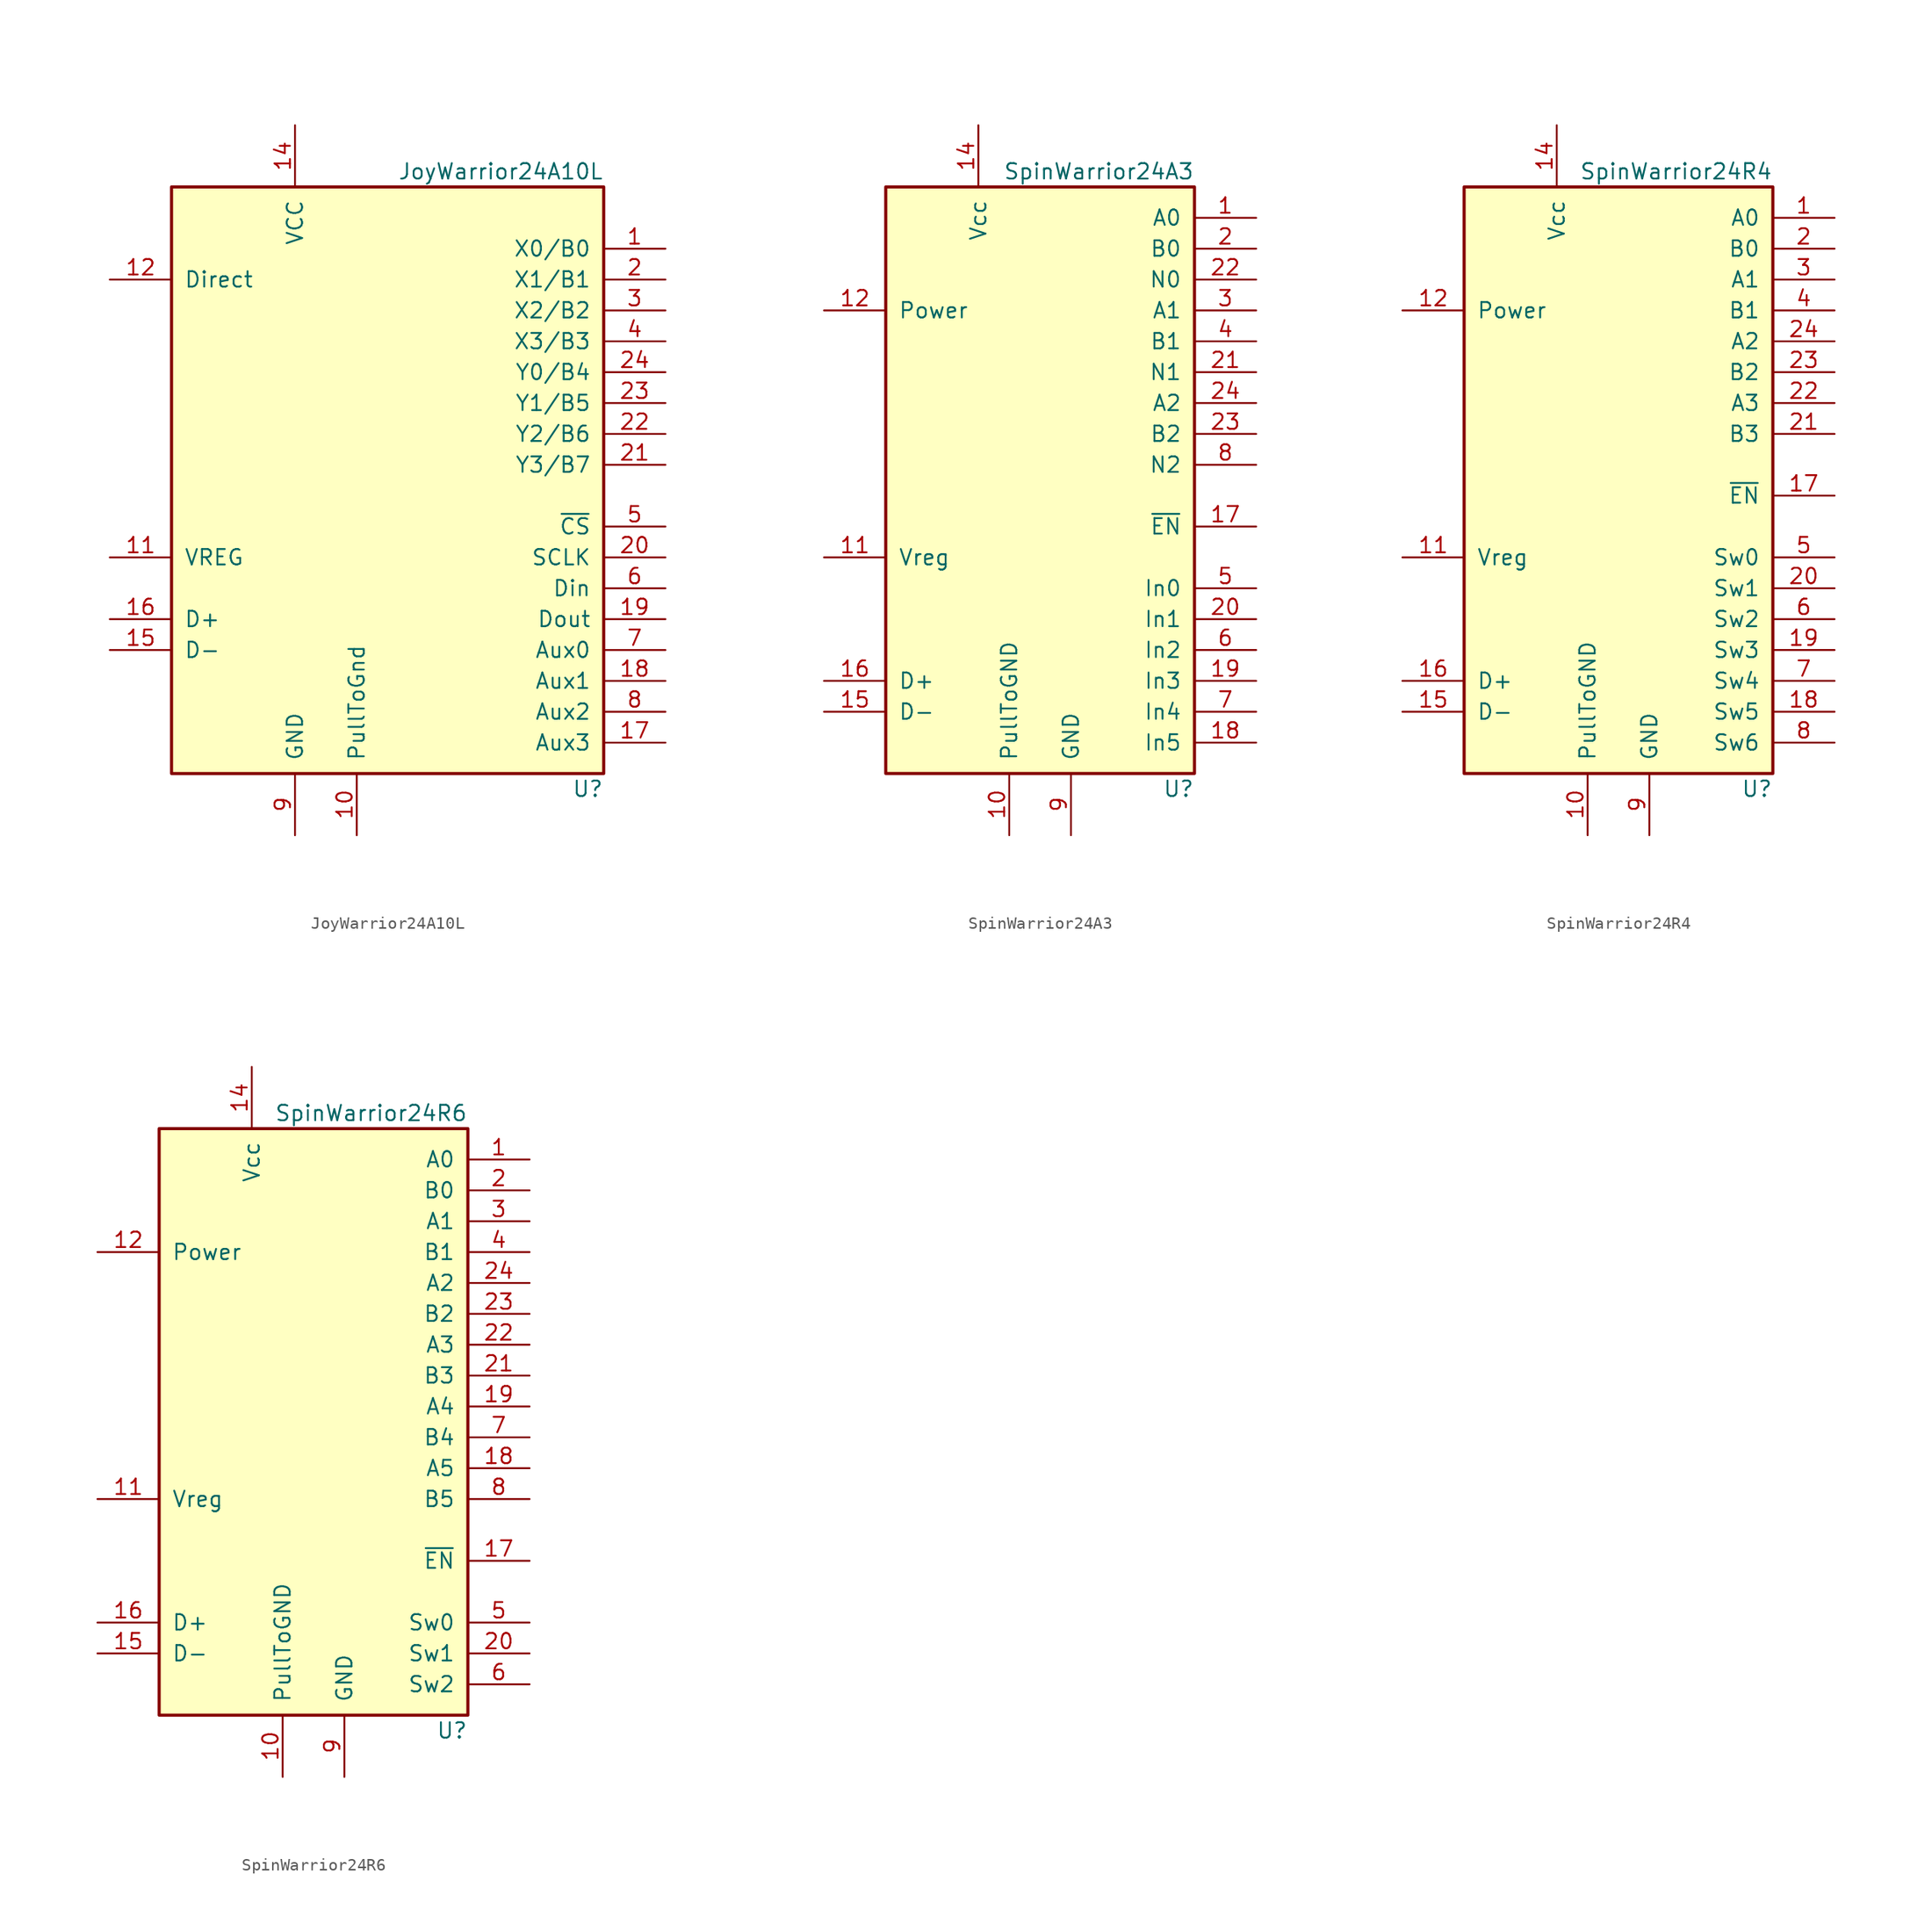
<source format=kicad_sym>
(kicad_symbol_lib
  (version 20200908)
  (generator kicad_symbol_editor)
  (symbol "Interface_HID:JoyWarrior24A10L"
    (pin_names
      (offset 1.016))
    (property "Reference" "U"
      (at 17.78 -24.13 0)
      (effects (font (size 1.27 1.27)) (justify right)))
    (property "Value" "JoyWarrior24A10L"
      (at 17.78 26.67 0)
      (effects (font (size 1.27 1.27)) (justify right)))
    (symbol "JoyWarrior24A10L_0_1"
      (rectangle (start -17.78 25.4) (end 17.78 -22.86) (stroke (width 0.254)) (fill (type background))))
    (symbol "JoyWarrior24A10L_1_1"
      (pin input line (at 22.86 20.32 180) (length 5.08) (name "X0/B0" (effects (font (size 1.27 1.27)))) (number "1" (effects (font (size 1.27 1.27)))))
      (pin input line (at 22.86 17.78 180) (length 5.08) (name "X1/B1" (effects (font (size 1.27 1.27)))) (number "2" (effects (font (size 1.27 1.27)))))
      (pin input line (at 22.86 15.24 180) (length 5.08) (name "X2/B2" (effects (font (size 1.27 1.27)))) (number "3" (effects (font (size 1.27 1.27)))))
      (pin input line (at 22.86 12.7 180) (length 5.08) (name "X3/B3" (effects (font (size 1.27 1.27)))) (number "4" (effects (font (size 1.27 1.27)))))
      (pin output line (at 22.86 -2.54 180) (length 5.08) (name "~CS" (effects (font (size 1.27 1.27)))) (number "5" (effects (font (size 1.27 1.27)))))
      (pin input line (at 22.86 -7.62 180) (length 5.08) (name "Din" (effects (font (size 1.27 1.27)))) (number "6" (effects (font (size 1.27 1.27)))))
      (pin output line (at 22.86 -12.7 180) (length 5.08) (name "Aux0" (effects (font (size 1.27 1.27)))) (number "7" (effects (font (size 1.27 1.27)))))
      (pin output line (at 22.86 -17.78 180) (length 5.08) (name "Aux2" (effects (font (size 1.27 1.27)))) (number "8" (effects (font (size 1.27 1.27)))))
      (pin power_in line (at -7.62 -27.94 90) (length 5.08) (name "GND" (effects (font (size 1.27 1.27)))) (number "9" (effects (font (size 1.27 1.27)))))
      (pin input line (at -2.54 -27.94 90) (length 5.08) (name "PullToGnd" (effects (font (size 1.27 1.27)))) (number "10" (effects (font (size 1.27 1.27)))))
      (pin output line (at 22.86 -5.08 180) (length 5.08) (name "SCLK" (effects (font (size 1.27 1.27)))) (number "20" (effects (font (size 1.27 1.27)))))
      (pin power_out line (at -22.86 -5.08 0) (length 5.08) (name "VREG" (effects (font (size 1.27 1.27)))) (number "11" (effects (font (size 1.27 1.27)))))
      (pin input line (at 22.86 2.54 180) (length 5.08) (name "Y3/B7" (effects (font (size 1.27 1.27)))) (number "21" (effects (font (size 1.27 1.27)))))
      (pin input line (at -22.86 17.78 0) (length 5.08) (name "Direct" (effects (font (size 1.27 1.27)))) (number "12" (effects (font (size 1.27 1.27)))))
      (pin input line (at 22.86 5.08 180) (length 5.08) (name "Y2/B6" (effects (font (size 1.27 1.27)))) (number "22" (effects (font (size 1.27 1.27)))))
      (pin unconnected line (at -22.86 22.86 0) (length 5.08) hide (name "NC" (effects (font (size 1.27 1.27)))) (number "13" (effects (font (size 1.27 1.27)))))
      (pin input line (at 22.86 7.62 180) (length 5.08) (name "Y1/B5" (effects (font (size 1.27 1.27)))) (number "23" (effects (font (size 1.27 1.27)))))
      (pin power_in line (at -7.62 30.48 270) (length 5.08) (name "VCC" (effects (font (size 1.27 1.27)))) (number "14" (effects (font (size 1.27 1.27)))))
      (pin input line (at 22.86 10.16 180) (length 5.08) (name "Y0/B4" (effects (font (size 1.27 1.27)))) (number "24" (effects (font (size 1.27 1.27)))))
      (pin bidirectional line (at -22.86 -12.7 0) (length 5.08) (name "D-" (effects (font (size 1.27 1.27)))) (number "15" (effects (font (size 1.27 1.27)))))
      (pin bidirectional line (at -22.86 -10.16 0) (length 5.08) (name "D+" (effects (font (size 1.27 1.27)))) (number "16" (effects (font (size 1.27 1.27)))))
      (pin output line (at 22.86 -20.32 180) (length 5.08) (name "Aux3" (effects (font (size 1.27 1.27)))) (number "17" (effects (font (size 1.27 1.27)))))
      (pin output line (at 22.86 -15.24 180) (length 5.08) (name "Aux1" (effects (font (size 1.27 1.27)))) (number "18" (effects (font (size 1.27 1.27)))))
      (pin output line (at 22.86 -10.16 180) (length 5.08) (name "Dout" (effects (font (size 1.27 1.27)))) (number "19" (effects (font (size 1.27 1.27)))))))
  (symbol "Interface_HID:SpinWarrior24A3"
    (pin_names
      (offset 1.016))
    (property "Reference" "U"
      (at 12.7 -24.13 0)
      (effects (font (size 1.27 1.27)) (justify right)))
    (property "Value" "SpinWarrior24A3"
      (at 12.7 26.67 0)
      (effects (font (size 1.27 1.27)) (justify right)))
    (symbol "SpinWarrior24A3_1_1"
      (rectangle (start -12.7 25.4) (end 12.7 -22.86) (stroke (width 0.254)) (fill (type background)))
      (pin input line (at 17.78 22.86 180) (length 5.08) (name "A0" (effects (font (size 1.27 1.27)))) (number "1" (effects (font (size 1.27 1.27)))))
      (pin input line (at 17.78 20.32 180) (length 5.08) (name "B0" (effects (font (size 1.27 1.27)))) (number "2" (effects (font (size 1.27 1.27)))))
      (pin input line (at 17.78 15.24 180) (length 5.08) (name "A1" (effects (font (size 1.27 1.27)))) (number "3" (effects (font (size 1.27 1.27)))))
      (pin input line (at 17.78 12.7 180) (length 5.08) (name "B1" (effects (font (size 1.27 1.27)))) (number "4" (effects (font (size 1.27 1.27)))))
      (pin input line (at 17.78 -7.62 180) (length 5.08) (name "In0" (effects (font (size 1.27 1.27)))) (number "5" (effects (font (size 1.27 1.27)))))
      (pin input line (at 17.78 -12.7 180) (length 5.08) (name "In2" (effects (font (size 1.27 1.27)))) (number "6" (effects (font (size 1.27 1.27)))))
      (pin input line (at 17.78 -17.78 180) (length 5.08) (name "In4" (effects (font (size 1.27 1.27)))) (number "7" (effects (font (size 1.27 1.27)))))
      (pin input line (at 17.78 2.54 180) (length 5.08) (name "N2" (effects (font (size 1.27 1.27)))) (number "8" (effects (font (size 1.27 1.27)))))
      (pin power_in line (at 2.54 -27.94 90) (length 5.08) (name "GND" (effects (font (size 1.27 1.27)))) (number "9" (effects (font (size 1.27 1.27)))))
      (pin input line (at -2.54 -27.94 90) (length 5.08) (name "PullToGND" (effects (font (size 1.27 1.27)))) (number "10" (effects (font (size 1.27 1.27)))))
      (pin input line (at 17.78 -10.16 180) (length 5.08) (name "In1" (effects (font (size 1.27 1.27)))) (number "20" (effects (font (size 1.27 1.27)))))
      (pin power_out line (at -17.78 -5.08 0) (length 5.08) (name "Vreg" (effects (font (size 1.27 1.27)))) (number "11" (effects (font (size 1.27 1.27)))))
      (pin input line (at 17.78 10.16 180) (length 5.08) (name "N1" (effects (font (size 1.27 1.27)))) (number "21" (effects (font (size 1.27 1.27)))))
      (pin input line (at -17.78 15.24 0) (length 5.08) (name "Power" (effects (font (size 1.27 1.27)))) (number "12" (effects (font (size 1.27 1.27)))))
      (pin input line (at 17.78 17.78 180) (length 5.08) (name "N0" (effects (font (size 1.27 1.27)))) (number "22" (effects (font (size 1.27 1.27)))))
      (pin unconnected line (at -17.78 22.86 0) (length 5.08) hide (name "NC" (effects (font (size 1.27 1.27)))) (number "13" (effects (font (size 1.27 1.27)))))
      (pin input line (at 17.78 5.08 180) (length 5.08) (name "B2" (effects (font (size 1.27 1.27)))) (number "23" (effects (font (size 1.27 1.27)))))
      (pin power_in line (at -5.08 30.48 270) (length 5.08) (name "Vcc" (effects (font (size 1.27 1.27)))) (number "14" (effects (font (size 1.27 1.27)))))
      (pin input line (at 17.78 7.62 180) (length 5.08) (name "A2" (effects (font (size 1.27 1.27)))) (number "24" (effects (font (size 1.27 1.27)))))
      (pin bidirectional line (at -17.78 -17.78 0) (length 5.08) (name "D-" (effects (font (size 1.27 1.27)))) (number "15" (effects (font (size 1.27 1.27)))))
      (pin bidirectional line (at -17.78 -15.24 0) (length 5.08) (name "D+" (effects (font (size 1.27 1.27)))) (number "16" (effects (font (size 1.27 1.27)))))
      (pin open_collector line (at 17.78 -2.54 180) (length 5.08) (name "~EN" (effects (font (size 1.27 1.27)))) (number "17" (effects (font (size 1.27 1.27)))))
      (pin input line (at 17.78 -20.32 180) (length 5.08) (name "In5" (effects (font (size 1.27 1.27)))) (number "18" (effects (font (size 1.27 1.27)))))
      (pin input line (at 17.78 -15.24 180) (length 5.08) (name "In3" (effects (font (size 1.27 1.27)))) (number "19" (effects (font (size 1.27 1.27)))))))
  (symbol "Interface_HID:SpinWarrior24R4"
    (pin_names
      (offset 1.016))
    (property "Reference" "U"
      (at 12.7 -24.13 0)
      (effects (font (size 1.27 1.27)) (justify right)))
    (property "Value" "SpinWarrior24R4"
      (at 12.7 26.67 0)
      (effects (font (size 1.27 1.27)) (justify right)))
    (symbol "SpinWarrior24R4_1_1"
      (rectangle (start -12.7 25.4) (end 12.7 -22.86) (stroke (width 0.254)) (fill (type background)))
      (pin input line (at 17.78 22.86 180) (length 5.08) (name "A0" (effects (font (size 1.27 1.27)))) (number "1" (effects (font (size 1.27 1.27)))))
      (pin input line (at 17.78 20.32 180) (length 5.08) (name "B0" (effects (font (size 1.27 1.27)))) (number "2" (effects (font (size 1.27 1.27)))))
      (pin input line (at 17.78 17.78 180) (length 5.08) (name "A1" (effects (font (size 1.27 1.27)))) (number "3" (effects (font (size 1.27 1.27)))))
      (pin input line (at 17.78 15.24 180) (length 5.08) (name "B1" (effects (font (size 1.27 1.27)))) (number "4" (effects (font (size 1.27 1.27)))))
      (pin input line (at 17.78 -5.08 180) (length 5.08) (name "Sw0" (effects (font (size 1.27 1.27)))) (number "5" (effects (font (size 1.27 1.27)))))
      (pin input line (at 17.78 -10.16 180) (length 5.08) (name "Sw2" (effects (font (size 1.27 1.27)))) (number "6" (effects (font (size 1.27 1.27)))))
      (pin input line (at 17.78 -15.24 180) (length 5.08) (name "Sw4" (effects (font (size 1.27 1.27)))) (number "7" (effects (font (size 1.27 1.27)))))
      (pin input line (at 17.78 -20.32 180) (length 5.08) (name "Sw6" (effects (font (size 1.27 1.27)))) (number "8" (effects (font (size 1.27 1.27)))))
      (pin power_in line (at 2.54 -27.94 90) (length 5.08) (name "GND" (effects (font (size 1.27 1.27)))) (number "9" (effects (font (size 1.27 1.27)))))
      (pin input line (at -2.54 -27.94 90) (length 5.08) (name "PullToGND" (effects (font (size 1.27 1.27)))) (number "10" (effects (font (size 1.27 1.27)))))
      (pin input line (at 17.78 -7.62 180) (length 5.08) (name "Sw1" (effects (font (size 1.27 1.27)))) (number "20" (effects (font (size 1.27 1.27)))))
      (pin power_out line (at -17.78 -5.08 0) (length 5.08) (name "Vreg" (effects (font (size 1.27 1.27)))) (number "11" (effects (font (size 1.27 1.27)))))
      (pin input line (at 17.78 5.08 180) (length 5.08) (name "B3" (effects (font (size 1.27 1.27)))) (number "21" (effects (font (size 1.27 1.27)))))
      (pin input line (at -17.78 15.24 0) (length 5.08) (name "Power" (effects (font (size 1.27 1.27)))) (number "12" (effects (font (size 1.27 1.27)))))
      (pin input line (at 17.78 7.62 180) (length 5.08) (name "A3" (effects (font (size 1.27 1.27)))) (number "22" (effects (font (size 1.27 1.27)))))
      (pin unconnected line (at -17.78 22.86 0) (length 5.08) hide (name "NC" (effects (font (size 1.27 1.27)))) (number "13" (effects (font (size 1.27 1.27)))))
      (pin input line (at 17.78 10.16 180) (length 5.08) (name "B2" (effects (font (size 1.27 1.27)))) (number "23" (effects (font (size 1.27 1.27)))))
      (pin power_in line (at -5.08 30.48 270) (length 5.08) (name "Vcc" (effects (font (size 1.27 1.27)))) (number "14" (effects (font (size 1.27 1.27)))))
      (pin input line (at 17.78 12.7 180) (length 5.08) (name "A2" (effects (font (size 1.27 1.27)))) (number "24" (effects (font (size 1.27 1.27)))))
      (pin bidirectional line (at -17.78 -17.78 0) (length 5.08) (name "D-" (effects (font (size 1.27 1.27)))) (number "15" (effects (font (size 1.27 1.27)))))
      (pin bidirectional line (at -17.78 -15.24 0) (length 5.08) (name "D+" (effects (font (size 1.27 1.27)))) (number "16" (effects (font (size 1.27 1.27)))))
      (pin open_collector line (at 17.78 0 180) (length 5.08) (name "~EN" (effects (font (size 1.27 1.27)))) (number "17" (effects (font (size 1.27 1.27)))))
      (pin input line (at 17.78 -17.78 180) (length 5.08) (name "Sw5" (effects (font (size 1.27 1.27)))) (number "18" (effects (font (size 1.27 1.27)))))
      (pin input line (at 17.78 -12.7 180) (length 5.08) (name "Sw3" (effects (font (size 1.27 1.27)))) (number "19" (effects (font (size 1.27 1.27)))))))
  (symbol "Interface_HID:SpinWarrior24R6"
    (pin_names
      (offset 1.016))
    (property "Reference" "U"
      (at 12.7 -24.13 0)
      (effects (font (size 1.27 1.27)) (justify right)))
    (property "Value" "SpinWarrior24R6"
      (at 12.7 26.67 0)
      (effects (font (size 1.27 1.27)) (justify right)))
    (symbol "SpinWarrior24R6_1_1"
      (rectangle (start -12.7 25.4) (end 12.7 -22.86) (stroke (width 0.254)) (fill (type background)))
      (pin input line (at 17.78 22.86 180) (length 5.08) (name "A0" (effects (font (size 1.27 1.27)))) (number "1" (effects (font (size 1.27 1.27)))))
      (pin input line (at 17.78 20.32 180) (length 5.08) (name "B0" (effects (font (size 1.27 1.27)))) (number "2" (effects (font (size 1.27 1.27)))))
      (pin input line (at 17.78 17.78 180) (length 5.08) (name "A1" (effects (font (size 1.27 1.27)))) (number "3" (effects (font (size 1.27 1.27)))))
      (pin input line (at 17.78 15.24 180) (length 5.08) (name "B1" (effects (font (size 1.27 1.27)))) (number "4" (effects (font (size 1.27 1.27)))))
      (pin input line (at 17.78 -15.24 180) (length 5.08) (name "Sw0" (effects (font (size 1.27 1.27)))) (number "5" (effects (font (size 1.27 1.27)))))
      (pin input line (at 17.78 -20.32 180) (length 5.08) (name "Sw2" (effects (font (size 1.27 1.27)))) (number "6" (effects (font (size 1.27 1.27)))))
      (pin input line (at 17.78 0 180) (length 5.08) (name "B4" (effects (font (size 1.27 1.27)))) (number "7" (effects (font (size 1.27 1.27)))))
      (pin input line (at 17.78 -5.08 180) (length 5.08) (name "B5" (effects (font (size 1.27 1.27)))) (number "8" (effects (font (size 1.27 1.27)))))
      (pin power_in line (at 2.54 -27.94 90) (length 5.08) (name "GND" (effects (font (size 1.27 1.27)))) (number "9" (effects (font (size 1.27 1.27)))))
      (pin input line (at -2.54 -27.94 90) (length 5.08) (name "PullToGND" (effects (font (size 1.27 1.27)))) (number "10" (effects (font (size 1.27 1.27)))))
      (pin input line (at 17.78 -17.78 180) (length 5.08) (name "Sw1" (effects (font (size 1.27 1.27)))) (number "20" (effects (font (size 1.27 1.27)))))
      (pin power_out line (at -17.78 -5.08 0) (length 5.08) (name "Vreg" (effects (font (size 1.27 1.27)))) (number "11" (effects (font (size 1.27 1.27)))))
      (pin input line (at 17.78 5.08 180) (length 5.08) (name "B3" (effects (font (size 1.27 1.27)))) (number "21" (effects (font (size 1.27 1.27)))))
      (pin input line (at -17.78 15.24 0) (length 5.08) (name "Power" (effects (font (size 1.27 1.27)))) (number "12" (effects (font (size 1.27 1.27)))))
      (pin input line (at 17.78 7.62 180) (length 5.08) (name "A3" (effects (font (size 1.27 1.27)))) (number "22" (effects (font (size 1.27 1.27)))))
      (pin unconnected line (at -17.78 22.86 0) (length 5.08) hide (name "NC" (effects (font (size 1.27 1.27)))) (number "13" (effects (font (size 1.27 1.27)))))
      (pin input line (at 17.78 10.16 180) (length 5.08) (name "B2" (effects (font (size 1.27 1.27)))) (number "23" (effects (font (size 1.27 1.27)))))
      (pin power_in line (at -5.08 30.48 270) (length 5.08) (name "Vcc" (effects (font (size 1.27 1.27)))) (number "14" (effects (font (size 1.27 1.27)))))
      (pin input line (at 17.78 12.7 180) (length 5.08) (name "A2" (effects (font (size 1.27 1.27)))) (number "24" (effects (font (size 1.27 1.27)))))
      (pin bidirectional line (at -17.78 -17.78 0) (length 5.08) (name "D-" (effects (font (size 1.27 1.27)))) (number "15" (effects (font (size 1.27 1.27)))))
      (pin bidirectional line (at -17.78 -15.24 0) (length 5.08) (name "D+" (effects (font (size 1.27 1.27)))) (number "16" (effects (font (size 1.27 1.27)))))
      (pin open_collector line (at 17.78 -10.16 180) (length 5.08) (name "~EN" (effects (font (size 1.27 1.27)))) (number "17" (effects (font (size 1.27 1.27)))))
      (pin input line (at 17.78 -2.54 180) (length 5.08) (name "A5" (effects (font (size 1.27 1.27)))) (number "18" (effects (font (size 1.27 1.27)))))
      (pin input line (at 17.78 2.54 180) (length 5.08) (name "A4" (effects (font (size 1.27 1.27)))) (number "19" (effects (font (size 1.27 1.27))))))))
</source>
